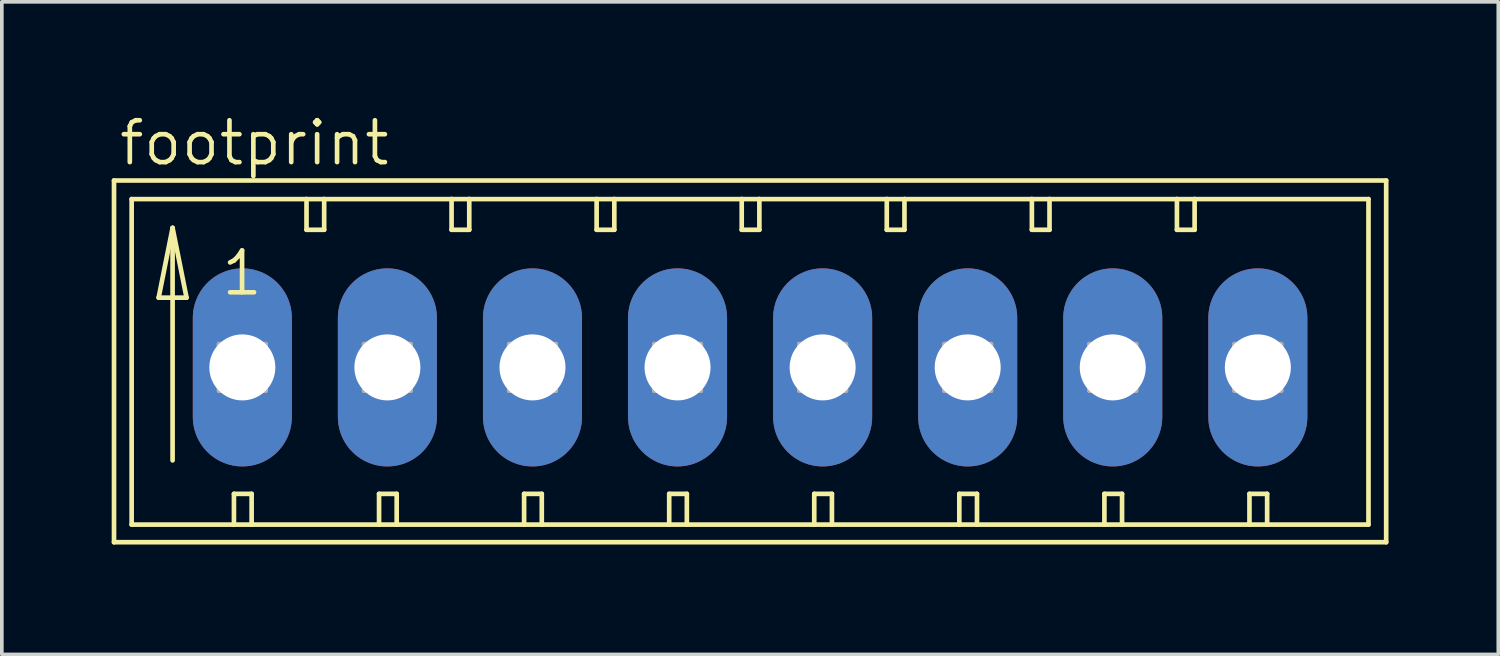
<source format=kicad_pcb>
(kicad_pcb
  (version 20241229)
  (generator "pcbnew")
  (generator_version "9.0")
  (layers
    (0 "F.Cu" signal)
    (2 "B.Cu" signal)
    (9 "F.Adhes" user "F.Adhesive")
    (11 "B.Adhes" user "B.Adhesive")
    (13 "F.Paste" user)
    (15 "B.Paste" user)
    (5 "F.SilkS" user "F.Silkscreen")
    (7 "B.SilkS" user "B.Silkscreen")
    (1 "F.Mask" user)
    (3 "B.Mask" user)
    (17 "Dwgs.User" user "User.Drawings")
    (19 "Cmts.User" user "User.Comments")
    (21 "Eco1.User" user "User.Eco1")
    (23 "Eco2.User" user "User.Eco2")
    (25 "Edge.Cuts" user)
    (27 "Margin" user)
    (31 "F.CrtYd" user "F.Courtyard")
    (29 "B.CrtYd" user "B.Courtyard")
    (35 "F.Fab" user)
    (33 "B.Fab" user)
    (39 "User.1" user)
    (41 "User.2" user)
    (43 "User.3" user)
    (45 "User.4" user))
  (footprint "footprint"
    (layer "F.Cu")
    (at 1.029 6.985)
    (property "Reference" "footprint" (at -0.889 -5.461 0) (layer "F.SilkS") (effects (font (size 1.143 1.143) (thickness 0.127)) (justify left bottom)))
    (fp_line (start -0.965 -5.105) (end -0.965 4.775) (stroke (width 0.127) (type solid)) (layer "F.SilkS"))
    (fp_line (start -0.965 4.775) (end 33.782 4.775) (stroke (width 0.127) (type solid)) (layer "F.SilkS"))
    (fp_line (start -0.483 -4.597) (end -0.483 4.293) (stroke (width 0.127) (type solid)) (layer "F.SilkS"))
    (fp_line (start -0.483 4.293) (end 2.311 4.293) (stroke (width 0.127) (type solid)) (layer "F.SilkS"))
    (fp_line (start 0.254 -1.905) (end 1.016 -1.905) (stroke (width 0.127) (type solid)) (layer "F.SilkS"))
    (fp_line (start 0.635 -3.81) (end 0.254 -1.905) (stroke (width 0.127) (type solid)) (layer "F.SilkS"))
    (fp_line (start 0.635 -3.81) (end 1.016 -1.905) (stroke (width 0.127) (type solid)) (layer "F.SilkS"))
    (fp_line (start 0.635 2.54) (end 0.635 -3.81) (stroke (width 0.127) (type solid)) (layer "F.SilkS"))
    (fp_line (start 2.311 3.454) (end 2.311 4.293) (stroke (width 0.127) (type solid)) (layer "F.SilkS"))
    (fp_line (start 2.311 3.454) (end 2.794 3.454) (stroke (width 0.127) (type solid)) (layer "F.SilkS"))
    (fp_line (start 2.311 4.293) (end 2.794 4.293) (stroke (width 0.127) (type solid)) (layer "F.SilkS"))
    (fp_line (start 2.794 3.454) (end 2.794 4.293) (stroke (width 0.127) (type solid)) (layer "F.SilkS"))
    (fp_line (start 2.794 4.293) (end 6.274 4.293) (stroke (width 0.127) (type solid)) (layer "F.SilkS"))
    (fp_line (start 4.293 -4.597) (end -0.483 -4.597) (stroke (width 0.127) (type solid)) (layer "F.SilkS"))
    (fp_line (start 4.293 -4.597) (end 4.293 -3.759) (stroke (width 0.127) (type solid)) (layer "F.SilkS"))
    (fp_line (start 4.293 -3.759) (end 4.775 -3.759) (stroke (width 0.127) (type solid)) (layer "F.SilkS"))
    (fp_line (start 4.775 -4.597) (end 4.293 -4.597) (stroke (width 0.127) (type solid)) (layer "F.SilkS"))
    (fp_line (start 4.775 -3.759) (end 4.775 -4.597) (stroke (width 0.127) (type solid)) (layer "F.SilkS"))
    (fp_line (start 6.274 3.454) (end 6.274 4.293) (stroke (width 0.127) (type solid)) (layer "F.SilkS"))
    (fp_line (start 6.274 3.454) (end 6.756 3.454) (stroke (width 0.127) (type solid)) (layer "F.SilkS"))
    (fp_line (start 6.274 4.293) (end 6.756 4.293) (stroke (width 0.127) (type solid)) (layer "F.SilkS"))
    (fp_line (start 6.756 3.454) (end 6.756 4.293) (stroke (width 0.127) (type solid)) (layer "F.SilkS"))
    (fp_line (start 6.756 4.293) (end 10.236 4.293) (stroke (width 0.127) (type solid)) (layer "F.SilkS"))
    (fp_line (start 8.255 -4.597) (end 4.775 -4.597) (stroke (width 0.127) (type solid)) (layer "F.SilkS"))
    (fp_line (start 8.255 -3.759) (end 8.255 -4.597) (stroke (width 0.127) (type solid)) (layer "F.SilkS"))
    (fp_line (start 8.255 -3.759) (end 8.738 -3.759) (stroke (width 0.127) (type solid)) (layer "F.SilkS"))
    (fp_line (start 8.738 -4.597) (end 8.255 -4.597) (stroke (width 0.127) (type solid)) (layer "F.SilkS"))
    (fp_line (start 8.738 -3.759) (end 8.738 -4.597) (stroke (width 0.127) (type solid)) (layer "F.SilkS"))
    (fp_line (start 10.236 3.454) (end 10.236 4.293) (stroke (width 0.127) (type solid)) (layer "F.SilkS"))
    (fp_line (start 10.236 3.454) (end 10.719 3.454) (stroke (width 0.127) (type solid)) (layer "F.SilkS"))
    (fp_line (start 10.236 4.293) (end 10.719 4.293) (stroke (width 0.127) (type solid)) (layer "F.SilkS"))
    (fp_line (start 10.719 3.454) (end 10.719 4.293) (stroke (width 0.127) (type solid)) (layer "F.SilkS"))
    (fp_line (start 10.719 4.293) (end 14.199 4.293) (stroke (width 0.127) (type solid)) (layer "F.SilkS"))
    (fp_line (start 12.217 -4.597) (end 8.738 -4.597) (stroke (width 0.127) (type solid)) (layer "F.SilkS"))
    (fp_line (start 12.217 -3.759) (end 12.217 -4.597) (stroke (width 0.127) (type solid)) (layer "F.SilkS"))
    (fp_line (start 12.217 -3.759) (end 12.7 -3.759) (stroke (width 0.127) (type solid)) (layer "F.SilkS"))
    (fp_line (start 12.7 -4.597) (end 12.217 -4.597) (stroke (width 0.127) (type solid)) (layer "F.SilkS"))
    (fp_line (start 12.7 -3.759) (end 12.7 -4.597) (stroke (width 0.127) (type solid)) (layer "F.SilkS"))
    (fp_line (start 14.199 3.454) (end 14.199 4.293) (stroke (width 0.127) (type solid)) (layer "F.SilkS"))
    (fp_line (start 14.199 3.454) (end 14.681 3.454) (stroke (width 0.127) (type solid)) (layer "F.SilkS"))
    (fp_line (start 14.199 4.293) (end 14.681 4.293) (stroke (width 0.127) (type solid)) (layer "F.SilkS"))
    (fp_line (start 14.681 3.454) (end 14.681 4.293) (stroke (width 0.127) (type solid)) (layer "F.SilkS"))
    (fp_line (start 14.681 4.293) (end 18.161 4.293) (stroke (width 0.127) (type solid)) (layer "F.SilkS"))
    (fp_line (start 16.18 -4.597) (end 12.7 -4.597) (stroke (width 0.127) (type solid)) (layer "F.SilkS"))
    (fp_line (start 16.18 -3.759) (end 16.18 -4.597) (stroke (width 0.127) (type solid)) (layer "F.SilkS"))
    (fp_line (start 16.18 -3.759) (end 16.662 -3.759) (stroke (width 0.127) (type solid)) (layer "F.SilkS"))
    (fp_line (start 16.662 -4.597) (end 16.18 -4.597) (stroke (width 0.127) (type solid)) (layer "F.SilkS"))
    (fp_line (start 16.662 -3.759) (end 16.662 -4.597) (stroke (width 0.127) (type solid)) (layer "F.SilkS"))
    (fp_line (start 18.161 3.454) (end 18.161 4.293) (stroke (width 0.127) (type solid)) (layer "F.SilkS"))
    (fp_line (start 18.161 3.454) (end 18.644 3.454) (stroke (width 0.127) (type solid)) (layer "F.SilkS"))
    (fp_line (start 18.161 4.293) (end 18.644 4.293) (stroke (width 0.127) (type solid)) (layer "F.SilkS"))
    (fp_line (start 18.644 3.454) (end 18.644 4.293) (stroke (width 0.127) (type solid)) (layer "F.SilkS"))
    (fp_line (start 18.644 4.293) (end 22.123 4.293) (stroke (width 0.127) (type solid)) (layer "F.SilkS"))
    (fp_line (start 20.142 -4.597) (end 16.662 -4.597) (stroke (width 0.127) (type solid)) (layer "F.SilkS"))
    (fp_line (start 20.142 -3.759) (end 20.142 -4.597) (stroke (width 0.127) (type solid)) (layer "F.SilkS"))
    (fp_line (start 20.142 -3.759) (end 20.625 -3.759) (stroke (width 0.127) (type solid)) (layer "F.SilkS"))
    (fp_line (start 20.625 -4.597) (end 20.142 -4.597) (stroke (width 0.127) (type solid)) (layer "F.SilkS"))
    (fp_line (start 20.625 -3.759) (end 20.625 -4.597) (stroke (width 0.127) (type solid)) (layer "F.SilkS"))
    (fp_line (start 22.123 3.454) (end 22.123 4.293) (stroke (width 0.127) (type solid)) (layer "F.SilkS"))
    (fp_line (start 22.123 3.454) (end 22.606 3.454) (stroke (width 0.127) (type solid)) (layer "F.SilkS"))
    (fp_line (start 22.123 4.293) (end 22.606 4.293) (stroke (width 0.127) (type solid)) (layer "F.SilkS"))
    (fp_line (start 22.606 3.454) (end 22.606 4.293) (stroke (width 0.127) (type solid)) (layer "F.SilkS"))
    (fp_line (start 22.606 4.293) (end 26.086 4.293) (stroke (width 0.127) (type solid)) (layer "F.SilkS"))
    (fp_line (start 24.105 -4.597) (end 20.625 -4.597) (stroke (width 0.127) (type solid)) (layer "F.SilkS"))
    (fp_line (start 24.105 -3.759) (end 24.105 -4.597) (stroke (width 0.127) (type solid)) (layer "F.SilkS"))
    (fp_line (start 24.105 -3.759) (end 24.587 -3.759) (stroke (width 0.127) (type solid)) (layer "F.SilkS"))
    (fp_line (start 24.587 -4.597) (end 24.105 -4.597) (stroke (width 0.127) (type solid)) (layer "F.SilkS"))
    (fp_line (start 24.587 -3.759) (end 24.587 -4.597) (stroke (width 0.127) (type solid)) (layer "F.SilkS"))
    (fp_line (start 26.086 3.454) (end 26.086 4.293) (stroke (width 0.127) (type solid)) (layer "F.SilkS"))
    (fp_line (start 26.086 3.454) (end 26.568 3.454) (stroke (width 0.127) (type solid)) (layer "F.SilkS"))
    (fp_line (start 26.086 4.293) (end 26.568 4.293) (stroke (width 0.127) (type solid)) (layer "F.SilkS"))
    (fp_line (start 26.568 3.454) (end 26.568 4.293) (stroke (width 0.127) (type solid)) (layer "F.SilkS"))
    (fp_line (start 26.568 4.293) (end 30.048 4.293) (stroke (width 0.127) (type solid)) (layer "F.SilkS"))
    (fp_line (start 28.067 -4.597) (end 24.587 -4.597) (stroke (width 0.127) (type solid)) (layer "F.SilkS"))
    (fp_line (start 28.067 -3.759) (end 28.067 -4.597) (stroke (width 0.127) (type solid)) (layer "F.SilkS"))
    (fp_line (start 28.067 -3.759) (end 28.55 -3.759) (stroke (width 0.127) (type solid)) (layer "F.SilkS"))
    (fp_line (start 28.55 -4.597) (end 28.067 -4.597) (stroke (width 0.127) (type solid)) (layer "F.SilkS"))
    (fp_line (start 28.55 -3.759) (end 28.55 -4.597) (stroke (width 0.127) (type solid)) (layer "F.SilkS"))
    (fp_line (start 30.048 3.454) (end 30.048 4.293) (stroke (width 0.127) (type solid)) (layer "F.SilkS"))
    (fp_line (start 30.048 3.454) (end 30.531 3.454) (stroke (width 0.127) (type solid)) (layer "F.SilkS"))
    (fp_line (start 30.048 4.293) (end 30.531 4.293) (stroke (width 0.127) (type solid)) (layer "F.SilkS"))
    (fp_line (start 30.531 3.454) (end 30.531 4.293) (stroke (width 0.127) (type solid)) (layer "F.SilkS"))
    (fp_line (start 30.531 4.293) (end 33.299 4.293) (stroke (width 0.127) (type solid)) (layer "F.SilkS"))
    (fp_line (start 33.299 -4.597) (end 28.55 -4.597) (stroke (width 0.127) (type solid)) (layer "F.SilkS"))
    (fp_line (start 33.299 4.293) (end 33.299 -4.597) (stroke (width 0.127) (type solid)) (layer "F.SilkS"))
    (fp_line (start 33.782 -5.105) (end -0.965 -5.105) (stroke (width 0.127) (type solid)) (layer "F.SilkS"))
    (fp_line (start 33.782 4.775) (end 33.782 -5.105) (stroke (width 0.127) (type solid)) (layer "F.SilkS"))
    (fp_line (start 1.905 -0.635) (end 1.905 0.635) (stroke (width 0.127) (type solid)) (layer "F.Fab"))
    (fp_line (start 1.905 -0.635) (end 3.175 0.635) (stroke (width 0.127) (type solid)) (layer "F.Fab"))
    (fp_line (start 1.905 0.635) (end 3.175 0.635) (stroke (width 0.127) (type solid)) (layer "F.Fab"))
    (fp_line (start 3.175 -0.635) (end 1.905 -0.635) (stroke (width 0.127) (type solid)) (layer "F.Fab"))
    (fp_line (start 3.175 -0.635) (end 1.905 0.635) (stroke (width 0.127) (type solid)) (layer "F.Fab"))
    (fp_line (start 3.175 0.635) (end 3.175 -0.635) (stroke (width 0.127) (type solid)) (layer "F.Fab"))
    (fp_line (start 5.867 -0.635) (end 5.867 0.635) (stroke (width 0.127) (type solid)) (layer "F.Fab"))
    (fp_line (start 5.867 -0.635) (end 7.137 0.635) (stroke (width 0.127) (type solid)) (layer "F.Fab"))
    (fp_line (start 5.867 0.635) (end 7.137 0.635) (stroke (width 0.127) (type solid)) (layer "F.Fab"))
    (fp_line (start 7.137 -0.635) (end 5.867 -0.635) (stroke (width 0.127) (type solid)) (layer "F.Fab"))
    (fp_line (start 7.137 -0.635) (end 5.867 0.635) (stroke (width 0.127) (type solid)) (layer "F.Fab"))
    (fp_line (start 7.137 0.635) (end 7.137 -0.635) (stroke (width 0.127) (type solid)) (layer "F.Fab"))
    (fp_line (start 9.83 -0.635) (end 9.83 0.635) (stroke (width 0.127) (type solid)) (layer "F.Fab"))
    (fp_line (start 9.83 -0.635) (end 11.1 0.635) (stroke (width 0.127) (type solid)) (layer "F.Fab"))
    (fp_line (start 9.83 0.635) (end 11.1 0.635) (stroke (width 0.127) (type solid)) (layer "F.Fab"))
    (fp_line (start 11.1 -0.635) (end 9.83 -0.635) (stroke (width 0.127) (type solid)) (layer "F.Fab"))
    (fp_line (start 11.1 -0.635) (end 9.83 0.635) (stroke (width 0.127) (type solid)) (layer "F.Fab"))
    (fp_line (start 11.1 0.635) (end 11.1 -0.635) (stroke (width 0.127) (type solid)) (layer "F.Fab"))
    (fp_line (start 13.792 -0.635) (end 13.792 0.635) (stroke (width 0.127) (type solid)) (layer "F.Fab"))
    (fp_line (start 13.792 -0.635) (end 15.062 0.635) (stroke (width 0.127) (type solid)) (layer "F.Fab"))
    (fp_line (start 13.792 0.635) (end 15.062 0.635) (stroke (width 0.127) (type solid)) (layer "F.Fab"))
    (fp_line (start 15.062 -0.635) (end 13.792 -0.635) (stroke (width 0.127) (type solid)) (layer "F.Fab"))
    (fp_line (start 15.062 -0.635) (end 13.792 0.635) (stroke (width 0.127) (type solid)) (layer "F.Fab"))
    (fp_line (start 15.062 0.635) (end 15.062 -0.635) (stroke (width 0.127) (type solid)) (layer "F.Fab"))
    (fp_line (start 17.755 -0.635) (end 17.755 0.635) (stroke (width 0.127) (type solid)) (layer "F.Fab"))
    (fp_line (start 17.755 -0.635) (end 19.025 0.635) (stroke (width 0.127) (type solid)) (layer "F.Fab"))
    (fp_line (start 17.755 0.635) (end 19.025 0.635) (stroke (width 0.127) (type solid)) (layer "F.Fab"))
    (fp_line (start 19.025 -0.635) (end 17.755 -0.635) (stroke (width 0.127) (type solid)) (layer "F.Fab"))
    (fp_line (start 19.025 -0.635) (end 17.755 0.635) (stroke (width 0.127) (type solid)) (layer "F.Fab"))
    (fp_line (start 19.025 0.635) (end 19.025 -0.635) (stroke (width 0.127) (type solid)) (layer "F.Fab"))
    (fp_line (start 21.717 -0.635) (end 21.717 0.635) (stroke (width 0.127) (type solid)) (layer "F.Fab"))
    (fp_line (start 21.717 -0.635) (end 22.987 0.635) (stroke (width 0.127) (type solid)) (layer "F.Fab"))
    (fp_line (start 21.717 0.635) (end 22.987 0.635) (stroke (width 0.127) (type solid)) (layer "F.Fab"))
    (fp_line (start 22.987 -0.635) (end 21.717 -0.635) (stroke (width 0.127) (type solid)) (layer "F.Fab"))
    (fp_line (start 22.987 -0.635) (end 21.717 0.635) (stroke (width 0.127) (type solid)) (layer "F.Fab"))
    (fp_line (start 22.987 0.635) (end 22.987 -0.635) (stroke (width 0.127) (type solid)) (layer "F.Fab"))
    (fp_line (start 25.679 -0.635) (end 25.679 0.635) (stroke (width 0.127) (type solid)) (layer "F.Fab"))
    (fp_line (start 25.679 -0.635) (end 26.949 0.635) (stroke (width 0.127) (type solid)) (layer "F.Fab"))
    (fp_line (start 25.679 0.635) (end 26.949 0.635) (stroke (width 0.127) (type solid)) (layer "F.Fab"))
    (fp_line (start 26.949 -0.635) (end 25.679 -0.635) (stroke (width 0.127) (type solid)) (layer "F.Fab"))
    (fp_line (start 26.949 -0.635) (end 25.679 0.635) (stroke (width 0.127) (type solid)) (layer "F.Fab"))
    (fp_line (start 26.949 0.635) (end 26.949 -0.635) (stroke (width 0.127) (type solid)) (layer "F.Fab"))
    (fp_line (start 29.642 -0.635) (end 29.642 0.635) (stroke (width 0.127) (type solid)) (layer "F.Fab"))
    (fp_line (start 29.642 -0.635) (end 30.912 0.635) (stroke (width 0.127) (type solid)) (layer "F.Fab"))
    (fp_line (start 29.642 0.635) (end 30.912 0.635) (stroke (width 0.127) (type solid)) (layer "F.Fab"))
    (fp_line (start 30.912 -0.635) (end 29.642 -0.635) (stroke (width 0.127) (type solid)) (layer "F.Fab"))
    (fp_line (start 30.912 -0.635) (end 29.642 0.635) (stroke (width 0.127) (type solid)) (layer "F.Fab"))
    (fp_line (start 30.912 0.635) (end 30.912 -0.635) (stroke (width 0.127) (type solid)) (layer "F.Fab"))
    (fp_text user "1" (at 1.905 -1.905 0) (layer "F.SilkS") (effects (font (size 1.143 1.143) (thickness 0.127)) (justify left bottom)))
    (pad "1" thru_hole oval (at 2.54 0 90) (size 5.41 2.705) (drill 1.803) (layers "*.Cu" "*.Mask"))
    (pad "2" thru_hole oval (at 6.502 0 90) (size 5.41 2.705) (drill 1.803) (layers "*.Cu" "*.Mask"))
    (pad "3" thru_hole oval (at 10.465 0 90) (size 5.41 2.705) (drill 1.803) (layers "*.Cu" "*.Mask"))
    (pad "4" thru_hole oval (at 14.427 0 90) (size 5.41 2.705) (drill 1.803) (layers "*.Cu" "*.Mask"))
    (pad "5" thru_hole oval (at 18.39 0 90) (size 5.41 2.705) (drill 1.803) (layers "*.Cu" "*.Mask"))
    (pad "6" thru_hole oval (at 22.352 0 90) (size 5.41 2.705) (drill 1.803) (layers "*.Cu" "*.Mask"))
    (pad "7" thru_hole oval (at 26.314 0 90) (size 5.41 2.705) (drill 1.803) (layers "*.Cu" "*.Mask"))
    (pad "8" thru_hole oval (at 30.277 0 90) (size 5.41 2.705) (drill 1.803) (layers "*.Cu" "*.Mask")))
  (gr_rect
    (start -3 -3)
    (end 37.874 14.824)
    (stroke (width 0.1) (type default))
    (fill no)
    (layer "Edge.Cuts")))
</source>
